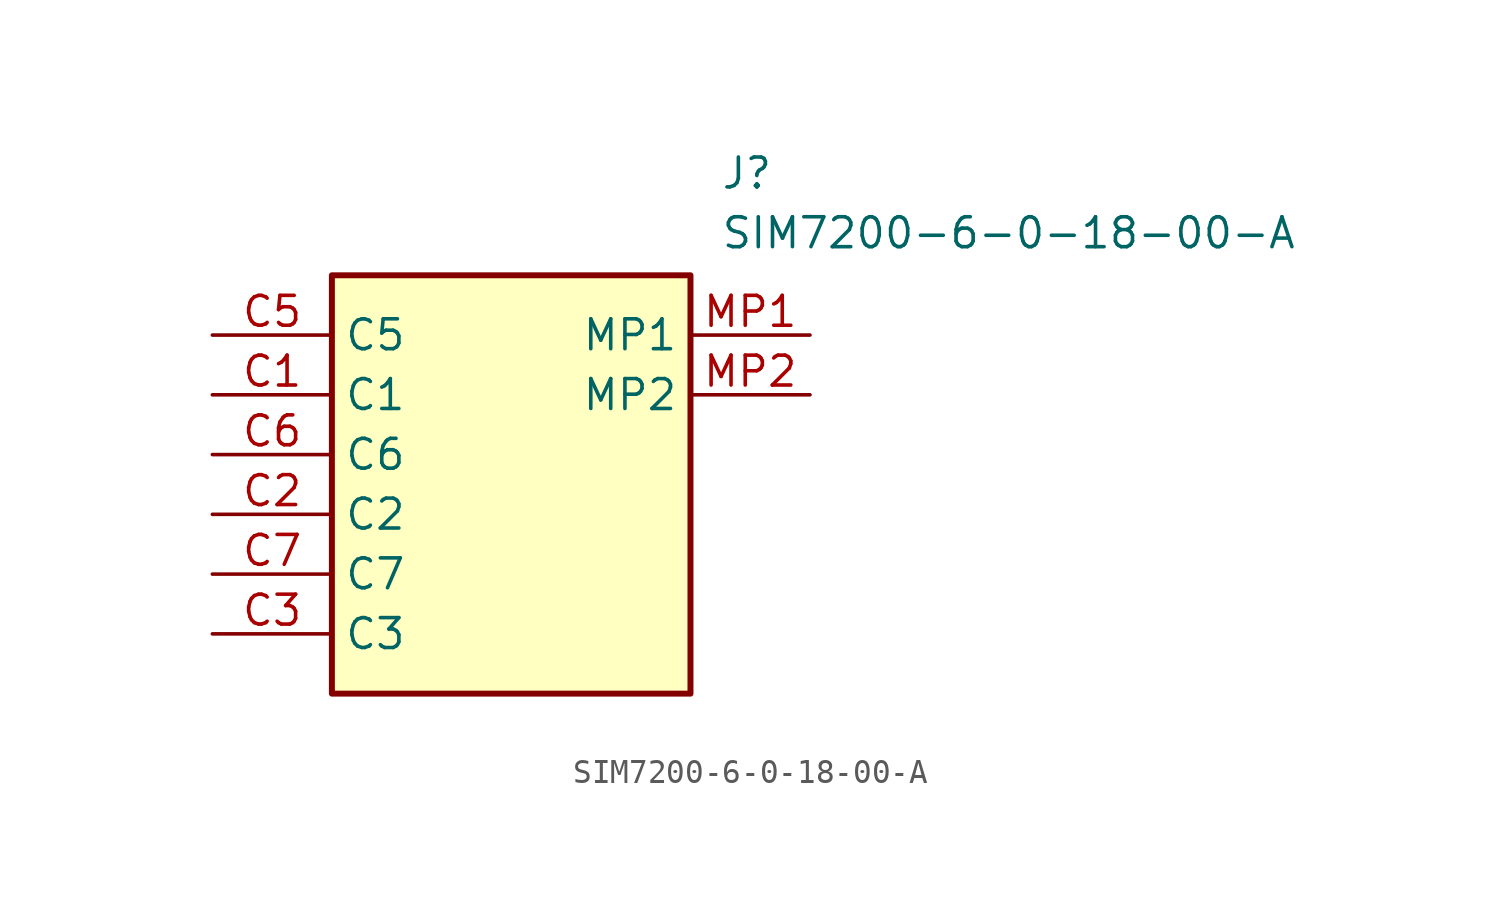
<source format=kicad_sym>
(kicad_symbol_lib
  (version 20211014)
  (generator SamacSys_ECAD_Model)
  (symbol "SIM7200-6-0-18-00-A"
    (property "Reference" "J"
      (at 21.59 7.62 0)
      (effects (font (size 1.27 1.27)) (justify left top)))
    (property "Value" "SIM7200-6-0-18-00-A"
      (at 21.59 5.08 0)
      (effects (font (size 1.27 1.27)) (justify left top)))
    (rectangle
      (start 5.08 2.54)
      (end 20.32 -15.24)
      (stroke (width 0.254) (type default))
      (fill (type background)))
    (pin passive line
      (at 0 -2.54 0)
      (length 5.08)
      (name "C1" (effects (font (size 1.27 1.27))))
      (number "C1" (effects (font (size 1.27 1.27)))))
    (pin passive line
      (at 0 -7.62 0)
      (length 5.08)
      (name "C2" (effects (font (size 1.27 1.27))))
      (number "C2" (effects (font (size 1.27 1.27)))))
    (pin passive line
      (at 0 -12.7 0)
      (length 5.08)
      (name "C3" (effects (font (size 1.27 1.27))))
      (number "C3" (effects (font (size 1.27 1.27)))))
    (pin passive line
      (at 0 0 0)
      (length 5.08)
      (name "C5" (effects (font (size 1.27 1.27))))
      (number "C5" (effects (font (size 1.27 1.27)))))
    (pin passive line
      (at 0 -5.08 0)
      (length 5.08)
      (name "C6" (effects (font (size 1.27 1.27))))
      (number "C6" (effects (font (size 1.27 1.27)))))
    (pin passive line
      (at 0 -10.16 0)
      (length 5.08)
      (name "C7" (effects (font (size 1.27 1.27))))
      (number "C7" (effects (font (size 1.27 1.27)))))
    (pin passive line
      (at 25.4 0 180)
      (length 5.08)
      (name "MP1" (effects (font (size 1.27 1.27))))
      (number "MP1" (effects (font (size 1.27 1.27)))))
    (pin passive line
      (at 25.4 -2.54 180)
      (length 5.08)
      (name "MP2" (effects (font (size 1.27 1.27))))
      (number "MP2" (effects (font (size 1.27 1.27)))))))
</source>
